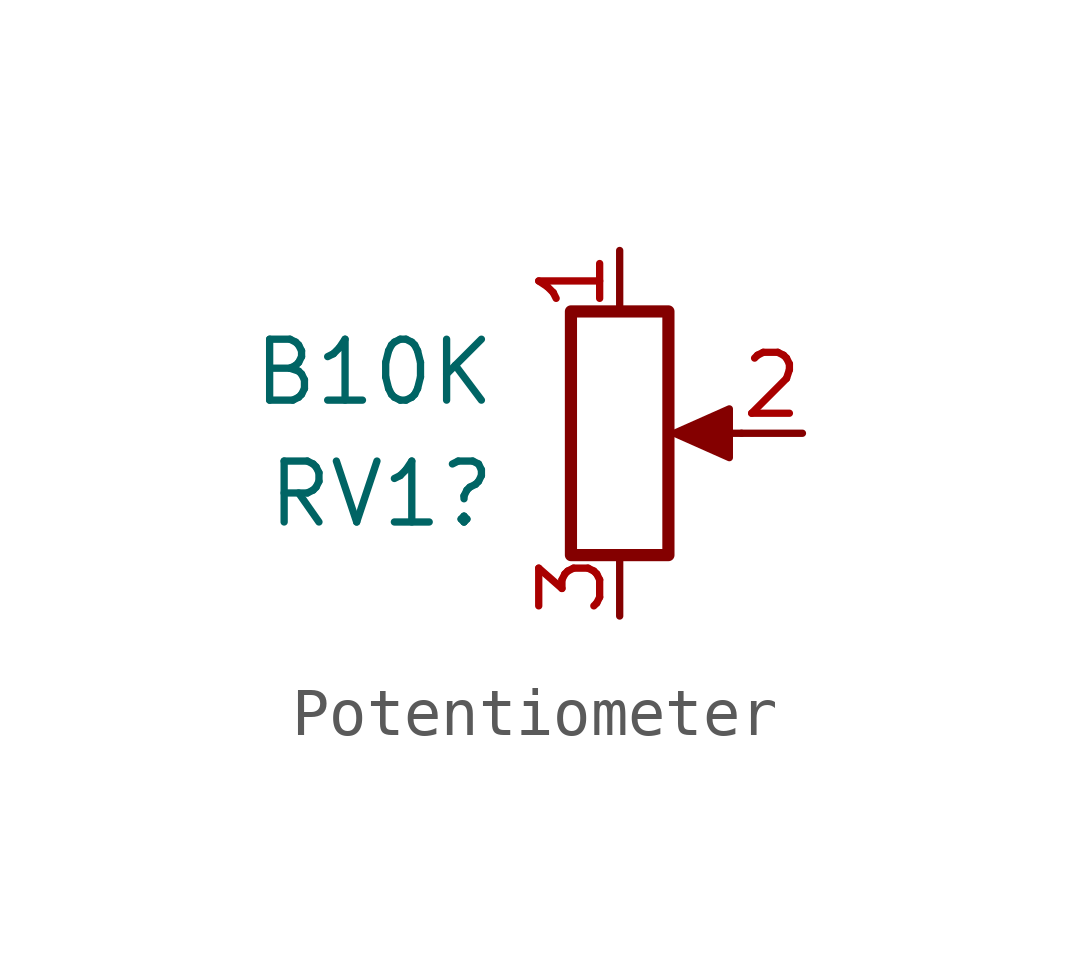
<source format=kicad_sym>
(kicad_symbol_lib
  (version 20241209)
  (generator "kicad_symbol_editor")
  (generator_version "9.0")
  (symbol "Potentiometer"
    (pin_names
      (offset 1.016)
      (hide yes))
    (property "Reference" "RV1"
      (at -2.54 -1.27 0)
      (effects (font (size 1.27 1.27)) (justify right)))
    (property "Value" "B10K"
      (at -2.54 1.27 0)
      (effects (font (size 1.27 1.27)) (justify right)))
    (symbol "Potentiometer_0_1"
      (rectangle (start 1.016 2.54) (end -1.016 -2.54) (stroke (width 0.254) (type default)) (fill (type none)))
      (polyline (pts (xy 1.143 0) (xy 2.286 0.508) (xy 2.286 -0.508) (xy 1.143 0)) (stroke (width 0) (type default)) (fill (type outline)))
      (polyline (pts (xy 2.54 0) (xy 1.524 0)) (stroke (width 0) (type default)) (fill (type none))))
    (symbol "Potentiometer_1_1"
      (pin passive line (at 0 3.81 270) (length 1.27) (name "1" (effects (font (size 1.27 1.27)))) (number "1" (effects (font (size 1.27 1.27)))))
      (pin passive line (at 0 -3.81 90) (length 1.27) (name "3" (effects (font (size 1.27 1.27)))) (number "3" (effects (font (size 1.27 1.27)))))
      (pin passive line (at 3.81 0 180) (length 1.27) (name "2" (effects (font (size 1.27 1.27)))) (number "2" (effects (font (size 1.27 1.27))))))))
</source>
